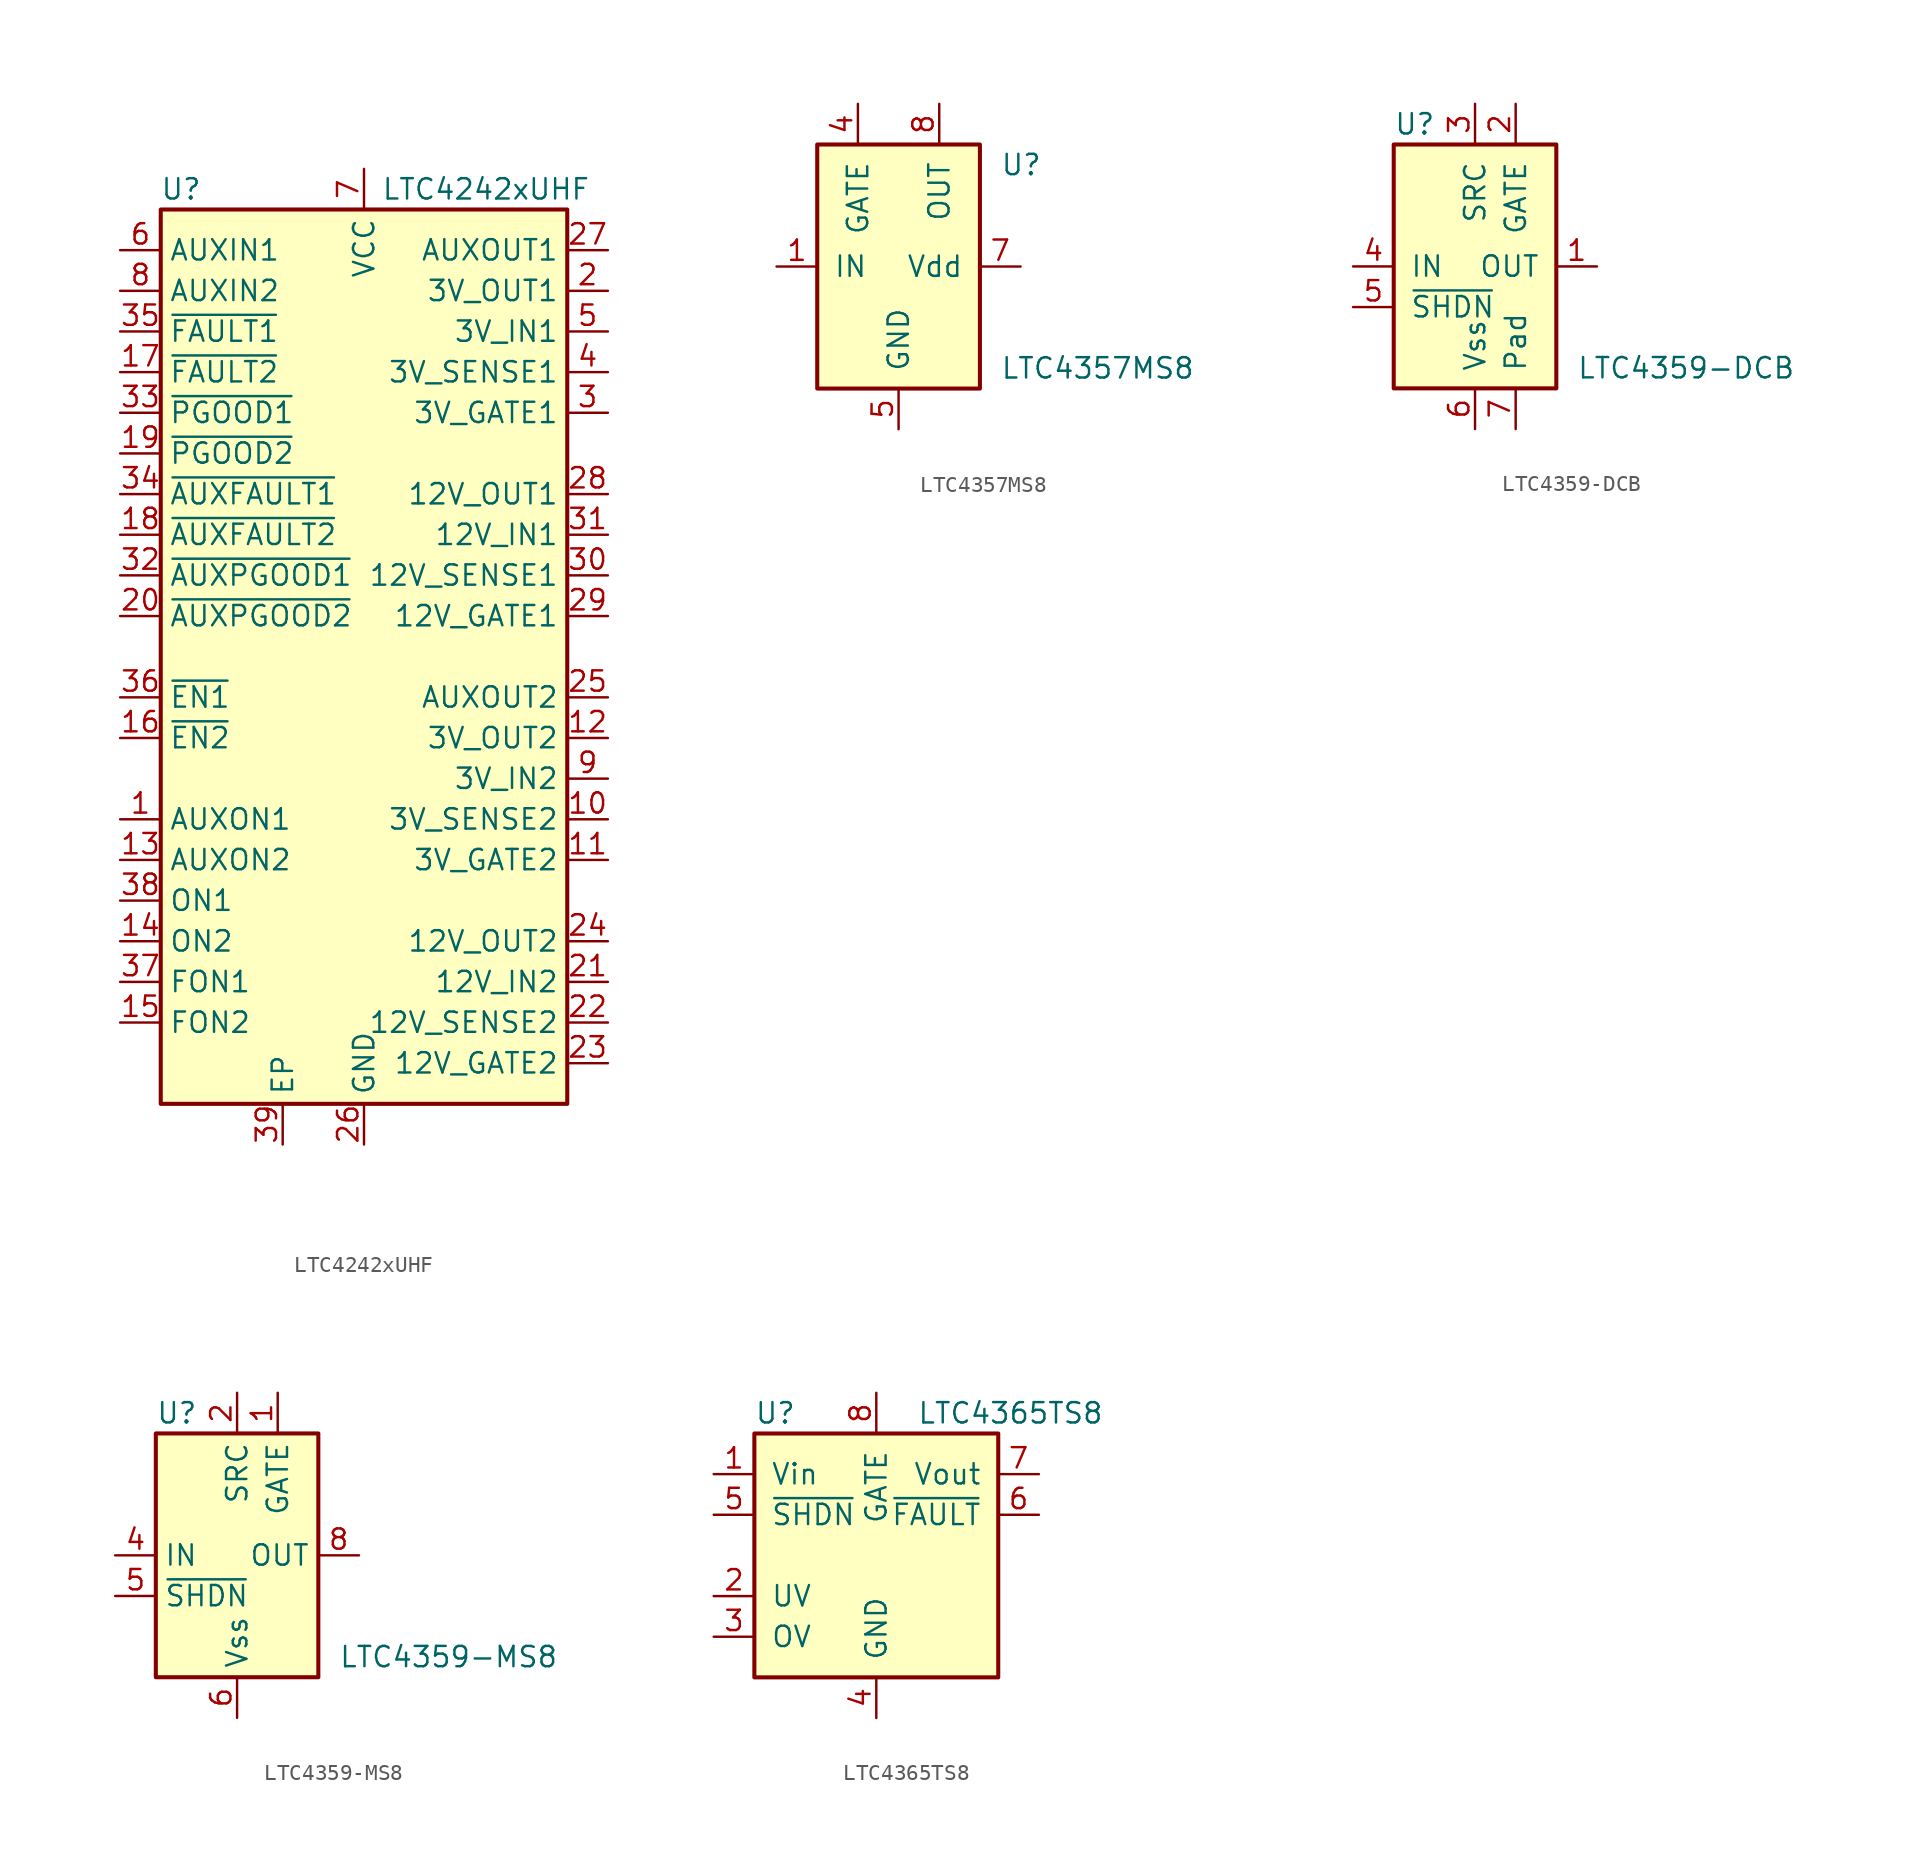
<source format=kicad_sym>
(kicad_symbol_lib
  (version 20220914)
  (generator kicad_symbol_editor)
  (symbol "LTC4242xUHF"
    (property "Reference" "U"
      (at -11.43 29.21 0)
      (effects (font (size 1.27 1.27))))
    (property "Value" "LTC4242xUHF"
      (at 7.62 29.21 0)
      (effects (font (size 1.27 1.27))))
    (symbol "LTC4242xUHF_0_1"
      (rectangle (start -12.7 27.94) (end 12.7 -27.94) (stroke (width 0.254) (type default)) (fill (type background))))
    (symbol "LTC4242xUHF_1_1"
      (pin input line (at -15.24 -10.16 0) (length 2.54) (name "AUXON1" (effects (font (size 1.27 1.27)))) (number "1" (effects (font (size 1.27 1.27)))))
      (pin input line (at 15.24 -10.16 180) (length 2.54) (name "3V_SENSE2" (effects (font (size 1.27 1.27)))) (number "10" (effects (font (size 1.27 1.27)))))
      (pin output line (at 15.24 -12.7 180) (length 2.54) (name "3V_GATE2" (effects (font (size 1.27 1.27)))) (number "11" (effects (font (size 1.27 1.27)))))
      (pin open_collector line (at 15.24 -5.08 180) (length 2.54) (name "3V_OUT2" (effects (font (size 1.27 1.27)))) (number "12" (effects (font (size 1.27 1.27)))))
      (pin input line (at -15.24 -12.7 0) (length 2.54) (name "AUXON2" (effects (font (size 1.27 1.27)))) (number "13" (effects (font (size 1.27 1.27)))))
      (pin input line (at -15.24 -17.78 0) (length 2.54) (name "ON2" (effects (font (size 1.27 1.27)))) (number "14" (effects (font (size 1.27 1.27)))))
      (pin input line (at -15.24 -22.86 0) (length 2.54) (name "FON2" (effects (font (size 1.27 1.27)))) (number "15" (effects (font (size 1.27 1.27)))))
      (pin input line (at -15.24 -5.08 0) (length 2.54) (name "~{EN2}" (effects (font (size 1.27 1.27)))) (number "16" (effects (font (size 1.27 1.27)))))
      (pin open_collector line (at -15.24 17.78 0) (length 2.54) (name "~{FAULT2}" (effects (font (size 1.27 1.27)))) (number "17" (effects (font (size 1.27 1.27)))))
      (pin open_collector line (at -15.24 7.62 0) (length 2.54) (name "~{AUXFAULT2}" (effects (font (size 1.27 1.27)))) (number "18" (effects (font (size 1.27 1.27)))))
      (pin open_collector line (at -15.24 12.7 0) (length 2.54) (name "~{PGOOD2}" (effects (font (size 1.27 1.27)))) (number "19" (effects (font (size 1.27 1.27)))))
      (pin open_collector line (at 15.24 22.86 180) (length 2.54) (name "3V_OUT1" (effects (font (size 1.27 1.27)))) (number "2" (effects (font (size 1.27 1.27)))))
      (pin open_collector line (at -15.24 2.54 0) (length 2.54) (name "~{AUXPGOOD2}" (effects (font (size 1.27 1.27)))) (number "20" (effects (font (size 1.27 1.27)))))
      (pin power_in line (at 15.24 -20.32 180) (length 2.54) (name "12V_IN2" (effects (font (size 1.27 1.27)))) (number "21" (effects (font (size 1.27 1.27)))))
      (pin input line (at 15.24 -22.86 180) (length 2.54) (name "12V_SENSE2" (effects (font (size 1.27 1.27)))) (number "22" (effects (font (size 1.27 1.27)))))
      (pin output line (at 15.24 -25.4 180) (length 2.54) (name "12V_GATE2" (effects (font (size 1.27 1.27)))) (number "23" (effects (font (size 1.27 1.27)))))
      (pin open_collector line (at 15.24 -17.78 180) (length 2.54) (name "12V_OUT2" (effects (font (size 1.27 1.27)))) (number "24" (effects (font (size 1.27 1.27)))))
      (pin output line (at 15.24 -2.54 180) (length 2.54) (name "AUXOUT2" (effects (font (size 1.27 1.27)))) (number "25" (effects (font (size 1.27 1.27)))))
      (pin power_in line (at 0 -30.48 90) (length 2.54) (name "GND" (effects (font (size 1.27 1.27)))) (number "26" (effects (font (size 1.27 1.27)))))
      (pin output line (at 15.24 25.4 180) (length 2.54) (name "AUXOUT1" (effects (font (size 1.27 1.27)))) (number "27" (effects (font (size 1.27 1.27)))))
      (pin open_collector line (at 15.24 10.16 180) (length 2.54) (name "12V_OUT1" (effects (font (size 1.27 1.27)))) (number "28" (effects (font (size 1.27 1.27)))))
      (pin output line (at 15.24 2.54 180) (length 2.54) (name "12V_GATE1" (effects (font (size 1.27 1.27)))) (number "29" (effects (font (size 1.27 1.27)))))
      (pin output line (at 15.24 15.24 180) (length 2.54) (name "3V_GATE1" (effects (font (size 1.27 1.27)))) (number "3" (effects (font (size 1.27 1.27)))))
      (pin input line (at 15.24 5.08 180) (length 2.54) (name "12V_SENSE1" (effects (font (size 1.27 1.27)))) (number "30" (effects (font (size 1.27 1.27)))))
      (pin power_in line (at 15.24 7.62 180) (length 2.54) (name "12V_IN1" (effects (font (size 1.27 1.27)))) (number "31" (effects (font (size 1.27 1.27)))))
      (pin open_collector line (at -15.24 5.08 0) (length 2.54) (name "~{AUXPGOOD1}" (effects (font (size 1.27 1.27)))) (number "32" (effects (font (size 1.27 1.27)))))
      (pin open_collector line (at -15.24 15.24 0) (length 2.54) (name "~{PGOOD1}" (effects (font (size 1.27 1.27)))) (number "33" (effects (font (size 1.27 1.27)))))
      (pin open_collector line (at -15.24 10.16 0) (length 2.54) (name "~{AUXFAULT1}" (effects (font (size 1.27 1.27)))) (number "34" (effects (font (size 1.27 1.27)))))
      (pin open_collector line (at -15.24 20.32 0) (length 2.54) (name "~{FAULT1}" (effects (font (size 1.27 1.27)))) (number "35" (effects (font (size 1.27 1.27)))))
      (pin input line (at -15.24 -2.54 0) (length 2.54) (name "~{EN1}" (effects (font (size 1.27 1.27)))) (number "36" (effects (font (size 1.27 1.27)))))
      (pin input line (at -15.24 -20.32 0) (length 2.54) (name "FON1" (effects (font (size 1.27 1.27)))) (number "37" (effects (font (size 1.27 1.27)))))
      (pin input line (at -15.24 -15.24 0) (length 2.54) (name "ON1" (effects (font (size 1.27 1.27)))) (number "38" (effects (font (size 1.27 1.27)))))
      (pin power_in line (at -5.08 -30.48 90) (length 2.54) (name "EP" (effects (font (size 1.27 1.27)))) (number "39" (effects (font (size 1.27 1.27)))))
      (pin input line (at 15.24 17.78 180) (length 2.54) (name "3V_SENSE1" (effects (font (size 1.27 1.27)))) (number "4" (effects (font (size 1.27 1.27)))))
      (pin power_in line (at 15.24 20.32 180) (length 2.54) (name "3V_IN1" (effects (font (size 1.27 1.27)))) (number "5" (effects (font (size 1.27 1.27)))))
      (pin input line (at -15.24 25.4 0) (length 2.54) (name "AUXIN1" (effects (font (size 1.27 1.27)))) (number "6" (effects (font (size 1.27 1.27)))))
      (pin power_in line (at 0 30.48 270) (length 2.54) (name "VCC" (effects (font (size 1.27 1.27)))) (number "7" (effects (font (size 1.27 1.27)))))
      (pin input line (at -15.24 22.86 0) (length 2.54) (name "AUXIN2" (effects (font (size 1.27 1.27)))) (number "8" (effects (font (size 1.27 1.27)))))
      (pin power_in line (at 15.24 -7.62 180) (length 2.54) (name "3V_IN2" (effects (font (size 1.27 1.27)))) (number "9" (effects (font (size 1.27 1.27)))))))
  (symbol "LTC4357MS8"
    (pin_names
      (offset 1.016))
    (property "Reference" "U"
      (at 6.35 6.35 0)
      (effects (font (size 1.27 1.27)) (justify left)))
    (property "Value" "LTC4357MS8"
      (at 6.35 -6.35 0)
      (effects (font (size 1.27 1.27)) (justify left)))
    (symbol "LTC4357MS8_0_1"
      (rectangle (start -5.08 7.62) (end 5.08 -7.62) (stroke (width 0.254) (type default)) (fill (type background))))
    (symbol "LTC4357MS8_1_1"
      (pin input line (at -7.62 0 0) (length 2.54) (name "IN" (effects (font (size 1.27 1.27)))) (number "1" (effects (font (size 1.27 1.27)))))
      (pin no_connect line (at -5.08 -2.54 0) (length 2.54) hide (name "NC" (effects (font (size 1.27 1.27)))) (number "2" (effects (font (size 1.27 1.27)))))
      (pin no_connect line (at -5.08 -5.08 0) (length 2.54) hide (name "NC" (effects (font (size 1.27 1.27)))) (number "3" (effects (font (size 1.27 1.27)))))
      (pin output line (at -2.54 10.16 270) (length 2.54) (name "GATE" (effects (font (size 1.27 1.27)))) (number "4" (effects (font (size 1.27 1.27)))))
      (pin power_in line (at 0 -10.16 90) (length 2.54) (name "GND" (effects (font (size 1.27 1.27)))) (number "5" (effects (font (size 1.27 1.27)))))
      (pin no_connect line (at 2.54 -7.62 90) (length 2.54) hide (name "NC" (effects (font (size 1.27 1.27)))) (number "6" (effects (font (size 1.27 1.27)))))
      (pin power_in line (at 7.62 0 180) (length 2.54) (name "Vdd" (effects (font (size 1.27 1.27)))) (number "7" (effects (font (size 1.27 1.27)))))
      (pin input line (at 2.54 10.16 270) (length 2.54) (name "OUT" (effects (font (size 1.27 1.27)))) (number "8" (effects (font (size 1.27 1.27)))))))
  (symbol "LTC4359-DCB"
    (pin_names
      (offset 1.016))
    (property "Reference" "U"
      (at -5.08 8.89 0)
      (effects (font (size 1.27 1.27)) (justify left)))
    (property "Value" "LTC4359-DCB"
      (at 6.35 -6.35 0)
      (effects (font (size 1.27 1.27)) (justify left)))
    (symbol "LTC4359-DCB_0_1"
      (rectangle (start -5.08 7.62) (end 5.08 -7.62) (stroke (width 0.254) (type default)) (fill (type background))))
    (symbol "LTC4359-DCB_1_1"
      (pin input line (at 7.62 0 180) (length 2.54) (name "OUT" (effects (font (size 1.27 1.27)))) (number "1" (effects (font (size 1.27 1.27)))))
      (pin output line (at 2.54 10.16 270) (length 2.54) (name "GATE" (effects (font (size 1.27 1.27)))) (number "2" (effects (font (size 1.27 1.27)))))
      (pin input line (at 0 10.16 270) (length 2.54) (name "SRC" (effects (font (size 1.27 1.27)))) (number "3" (effects (font (size 1.27 1.27)))))
      (pin power_in line (at -7.62 0 0) (length 2.54) (name "IN" (effects (font (size 1.27 1.27)))) (number "4" (effects (font (size 1.27 1.27)))))
      (pin input line (at -7.62 -2.54 0) (length 2.54) (name "~{SHDN}" (effects (font (size 1.27 1.27)))) (number "5" (effects (font (size 1.27 1.27)))))
      (pin power_in line (at 0 -10.16 90) (length 2.54) (name "Vss" (effects (font (size 1.27 1.27)))) (number "6" (effects (font (size 1.27 1.27)))))
      (pin power_in line (at 2.54 -10.16 90) (length 2.54) (name "Pad" (effects (font (size 1.27 1.27)))) (number "7" (effects (font (size 1.27 1.27)))))))
  (symbol "LTC4359-MS8"
    (property "Reference" "U"
      (at -5.08 8.89 0)
      (effects (font (size 1.27 1.27)) (justify left)))
    (property "Value" "LTC4359-MS8"
      (at 6.35 -6.35 0)
      (effects (font (size 1.27 1.27)) (justify left)))
    (symbol "LTC4359-MS8_0_1"
      (rectangle (start -5.08 7.62) (end 5.08 -7.62) (stroke (width 0.254) (type default)) (fill (type background))))
    (symbol "LTC4359-MS8_1_1"
      (pin output line (at 2.54 10.16 270) (length 2.54) (name "GATE" (effects (font (size 1.27 1.27)))) (number "1" (effects (font (size 1.27 1.27)))))
      (pin input line (at 0 10.16 270) (length 2.54) (name "SRC" (effects (font (size 1.27 1.27)))) (number "2" (effects (font (size 1.27 1.27)))))
      (pin no_connect line (at -2.54 -7.62 90) (length 2.54) hide (name "NC" (effects (font (size 1.27 1.27)))) (number "3" (effects (font (size 1.27 1.27)))))
      (pin power_in line (at -7.62 0 0) (length 2.54) (name "IN" (effects (font (size 1.27 1.27)))) (number "4" (effects (font (size 1.27 1.27)))))
      (pin input line (at -7.62 -2.54 0) (length 2.54) (name "~{SHDN}" (effects (font (size 1.27 1.27)))) (number "5" (effects (font (size 1.27 1.27)))))
      (pin power_in line (at 0 -10.16 90) (length 2.54) (name "Vss" (effects (font (size 1.27 1.27)))) (number "6" (effects (font (size 1.27 1.27)))))
      (pin no_connect line (at 2.54 -7.62 90) (length 2.54) hide (name "NC" (effects (font (size 1.27 1.27)))) (number "7" (effects (font (size 1.27 1.27)))))
      (pin input line (at 7.62 0 180) (length 2.54) (name "OUT" (effects (font (size 1.27 1.27)))) (number "8" (effects (font (size 1.27 1.27)))))))
  (symbol "LTC4365TS8"
    (pin_names
      (offset 1.016))
    (property "Reference" "U"
      (at -7.62 8.89 0)
      (effects (font (size 1.27 1.27)) (justify left)))
    (property "Value" "LTC4365TS8"
      (at 2.54 8.89 0)
      (effects (font (size 1.27 1.27)) (justify left)))
    (symbol "LTC4365TS8_0_1"
      (rectangle (start -7.62 7.62) (end 7.62 -7.62) (stroke (width 0.254) (type default)) (fill (type background))))
    (symbol "LTC4365TS8_1_1"
      (pin power_in line (at -10.16 5.08 0) (length 2.54) (name "Vin" (effects (font (size 1.27 1.27)))) (number "1" (effects (font (size 1.27 1.27)))))
      (pin input line (at -10.16 -2.54 0) (length 2.54) (name "UV" (effects (font (size 1.27 1.27)))) (number "2" (effects (font (size 1.27 1.27)))))
      (pin input line (at -10.16 -5.08 0) (length 2.54) (name "OV" (effects (font (size 1.27 1.27)))) (number "3" (effects (font (size 1.27 1.27)))))
      (pin power_in line (at 0 -10.16 90) (length 2.54) (name "GND" (effects (font (size 1.27 1.27)))) (number "4" (effects (font (size 1.27 1.27)))))
      (pin input line (at -10.16 2.54 0) (length 2.54) (name "~{SHDN}" (effects (font (size 1.27 1.27)))) (number "5" (effects (font (size 1.27 1.27)))))
      (pin open_collector line (at 10.16 2.54 180) (length 2.54) (name "~{FAULT}" (effects (font (size 1.27 1.27)))) (number "6" (effects (font (size 1.27 1.27)))))
      (pin input line (at 10.16 5.08 180) (length 2.54) (name "Vout" (effects (font (size 1.27 1.27)))) (number "7" (effects (font (size 1.27 1.27)))))
      (pin output line (at 0 10.16 270) (length 2.54) (name "GATE" (effects (font (size 1.27 1.27)))) (number "8" (effects (font (size 1.27 1.27))))))))
</source>
